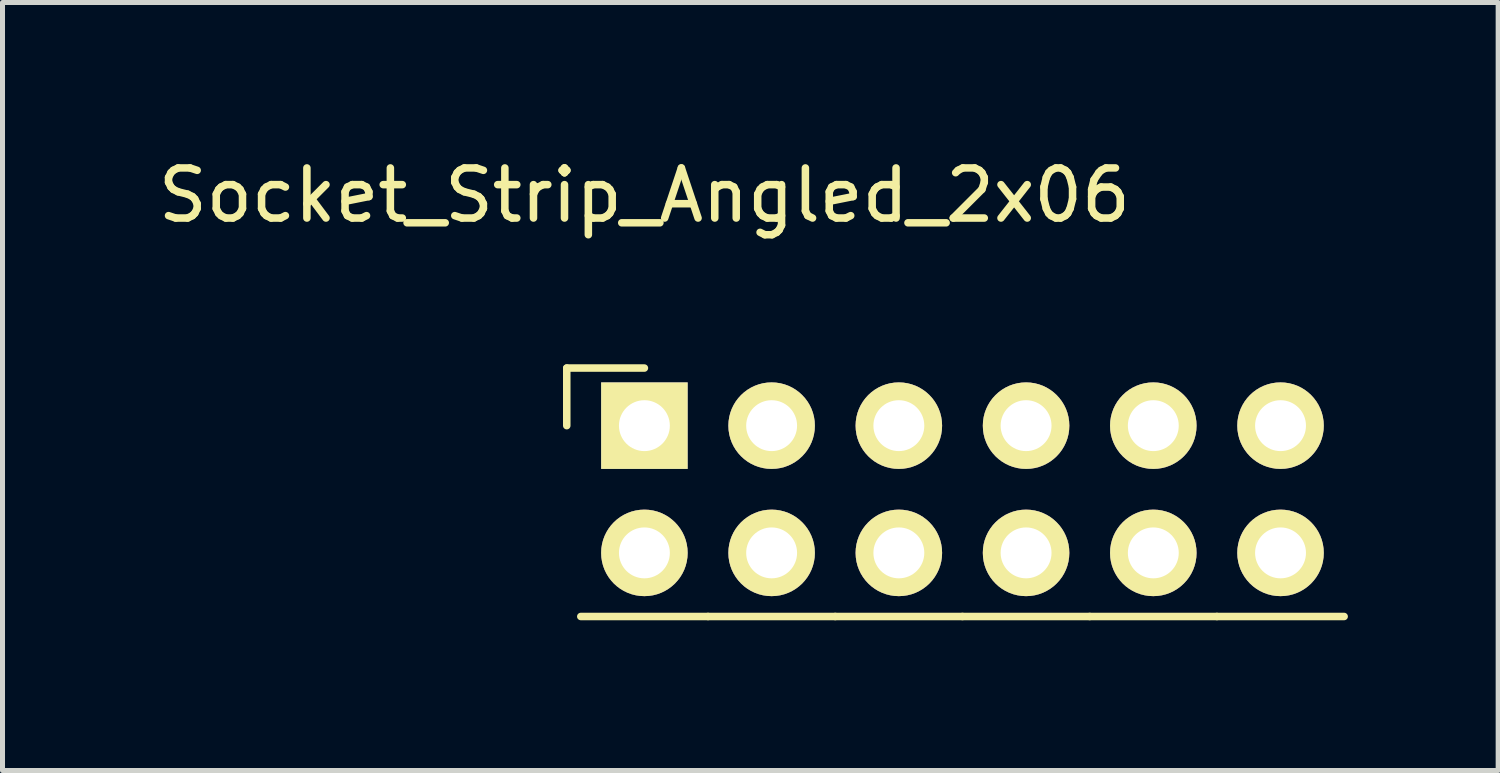
<source format=kicad_pcb>
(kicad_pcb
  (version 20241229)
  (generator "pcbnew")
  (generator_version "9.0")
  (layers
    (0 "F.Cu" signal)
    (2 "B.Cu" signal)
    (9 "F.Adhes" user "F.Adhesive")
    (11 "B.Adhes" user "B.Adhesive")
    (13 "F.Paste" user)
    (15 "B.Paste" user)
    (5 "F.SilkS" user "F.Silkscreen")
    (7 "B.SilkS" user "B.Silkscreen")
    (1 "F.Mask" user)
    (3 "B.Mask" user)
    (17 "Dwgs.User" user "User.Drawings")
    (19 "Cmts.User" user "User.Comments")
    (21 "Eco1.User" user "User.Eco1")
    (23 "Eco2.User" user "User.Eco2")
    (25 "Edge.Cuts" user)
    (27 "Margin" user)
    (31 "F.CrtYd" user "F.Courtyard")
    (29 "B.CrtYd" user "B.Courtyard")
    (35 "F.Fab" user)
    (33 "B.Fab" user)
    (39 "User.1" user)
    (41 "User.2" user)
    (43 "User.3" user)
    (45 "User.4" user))
  (footprint "Socket_Strip_Angled_2x06"
    (layer "F.Cu")
    (at 9.815 5.448)
    (property "Reference" "Socket_Strip_Angled_2x06" (at 0 -4.6 0) (layer "F.SilkS") (effects (font (size 1 1) (thickness 0.15))))
    (attr through_hole)
    (fp_line (start -1.55 -1.15) (end -1.55 0) (stroke (width 0.15) (type solid)) (layer "F.SilkS"))
    (fp_line (start -1.27 3.81) (end 1.27 3.81) (stroke (width 0.15) (type solid)) (layer "F.SilkS"))
    (fp_line (start 0 -1.15) (end -1.55 -1.15) (stroke (width 0.15) (type solid)) (layer "F.SilkS"))
    (fp_line (start 1.27 3.81) (end 3.81 3.81) (stroke (width 0.15) (type solid)) (layer "F.SilkS"))
    (fp_line (start 3.81 3.81) (end 6.35 3.81) (stroke (width 0.15) (type solid)) (layer "F.SilkS"))
    (fp_line (start 6.35 3.81) (end 8.89 3.81) (stroke (width 0.15) (type solid)) (layer "F.SilkS"))
    (fp_line (start 8.89 3.81) (end 11.43 3.81) (stroke (width 0.15) (type solid)) (layer "F.SilkS"))
    (fp_line (start 11.43 3.81) (end 13.97 3.81) (stroke (width 0.15) (type solid)) (layer "F.SilkS"))
    (pad "1" thru_hole rect (at 0 0) (size 1.727 1.727) (drill 1.016) (layers "*.Cu" "*.Mask" "F.SilkS"))
    (pad "2" thru_hole oval (at 0 2.54) (size 1.727 1.727) (drill 1.016) (layers "*.Cu" "*.Mask" "F.SilkS"))
    (pad "3" thru_hole oval (at 2.54 0) (size 1.727 1.727) (drill 1.016) (layers "*.Cu" "*.Mask" "F.SilkS"))
    (pad "4" thru_hole oval (at 2.54 2.54) (size 1.727 1.727) (drill 1.016) (layers "*.Cu" "*.Mask" "F.SilkS"))
    (pad "5" thru_hole oval (at 5.08 0) (size 1.727 1.727) (drill 1.016) (layers "*.Cu" "*.Mask" "F.SilkS"))
    (pad "6" thru_hole oval (at 5.08 2.54) (size 1.727 1.727) (drill 1.016) (layers "*.Cu" "*.Mask" "F.SilkS"))
    (pad "7" thru_hole oval (at 7.62 0) (size 1.727 1.727) (drill 1.016) (layers "*.Cu" "*.Mask" "F.SilkS"))
    (pad "8" thru_hole oval (at 7.62 2.54) (size 1.727 1.727) (drill 1.016) (layers "*.Cu" "*.Mask" "F.SilkS"))
    (pad "9" thru_hole oval (at 10.16 0) (size 1.727 1.727) (drill 1.016) (layers "*.Cu" "*.Mask" "F.SilkS"))
    (pad "10" thru_hole oval (at 10.16 2.54) (size 1.727 1.727) (drill 1.016) (layers "*.Cu" "*.Mask" "F.SilkS"))
    (pad "11" thru_hole oval (at 12.7 0) (size 1.727 1.727) (drill 1.016) (layers "*.Cu" "*.Mask" "F.SilkS"))
    (pad "12" thru_hole oval (at 12.7 2.54) (size 1.727 1.727) (drill 1.016) (layers "*.Cu" "*.Mask" "F.SilkS")))
  (gr_rect
    (start -3 -3)
    (end 26.86 12.333)
    (stroke (width 0.1) (type default))
    (fill no)
    (layer "Edge.Cuts")))
</source>
